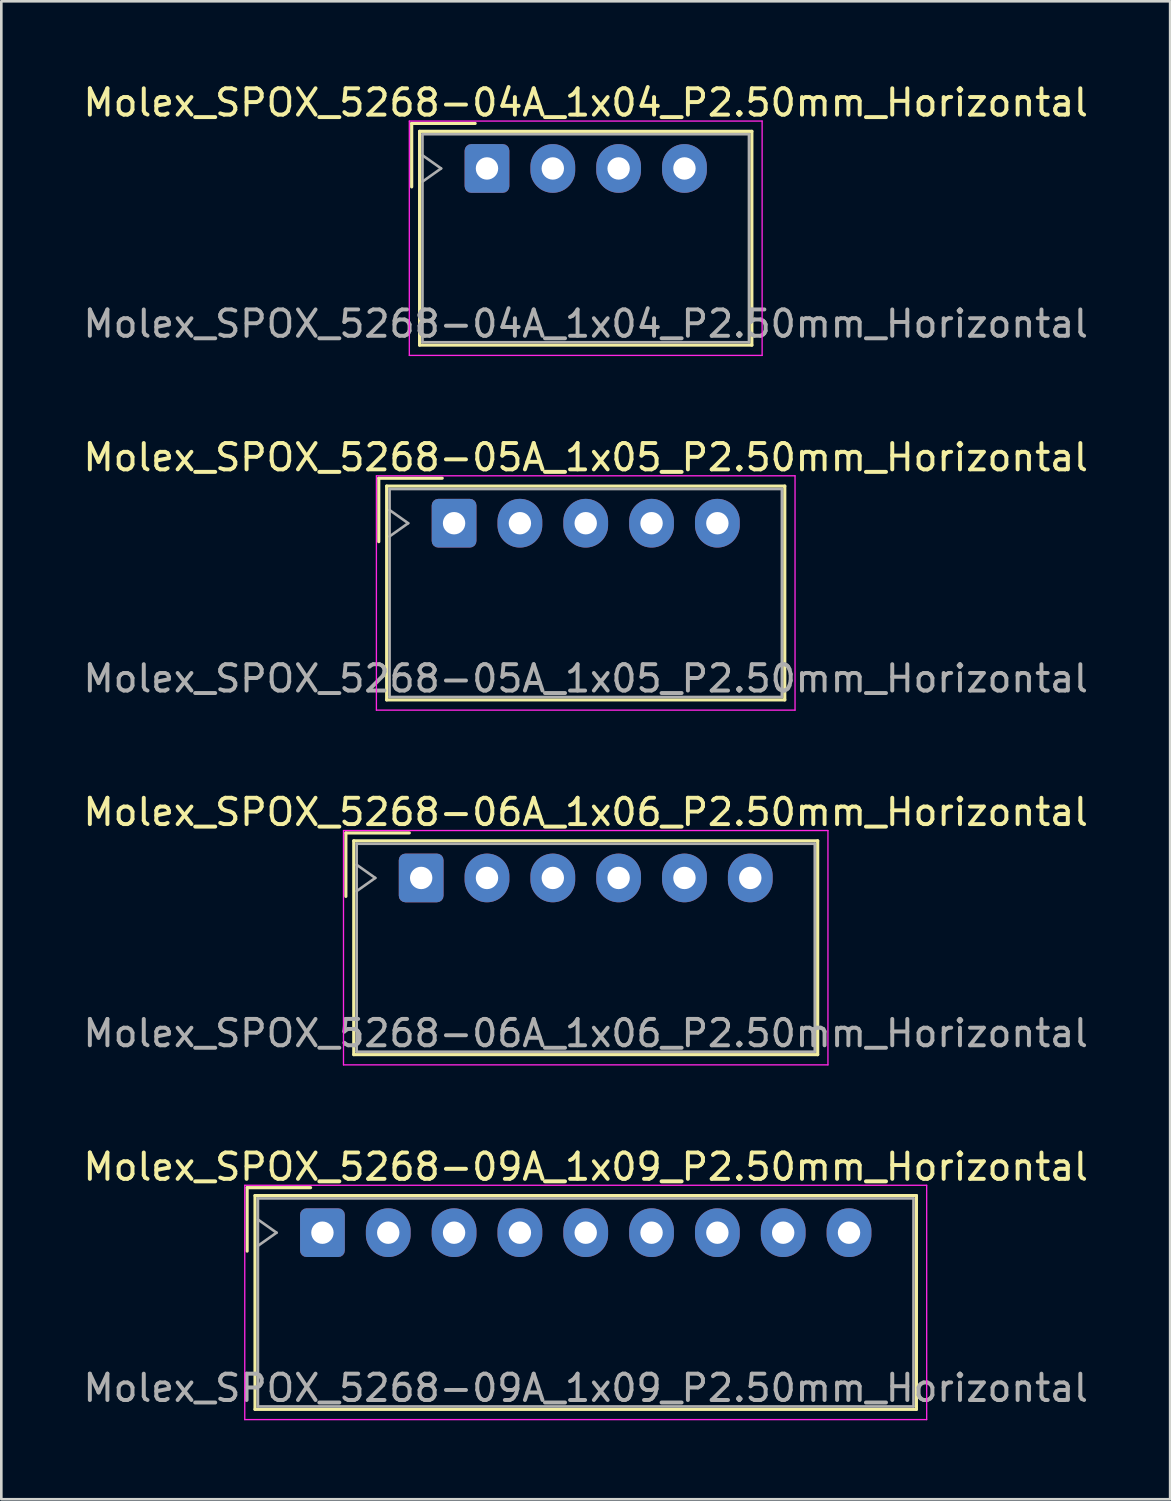
<source format=kicad_pcb>
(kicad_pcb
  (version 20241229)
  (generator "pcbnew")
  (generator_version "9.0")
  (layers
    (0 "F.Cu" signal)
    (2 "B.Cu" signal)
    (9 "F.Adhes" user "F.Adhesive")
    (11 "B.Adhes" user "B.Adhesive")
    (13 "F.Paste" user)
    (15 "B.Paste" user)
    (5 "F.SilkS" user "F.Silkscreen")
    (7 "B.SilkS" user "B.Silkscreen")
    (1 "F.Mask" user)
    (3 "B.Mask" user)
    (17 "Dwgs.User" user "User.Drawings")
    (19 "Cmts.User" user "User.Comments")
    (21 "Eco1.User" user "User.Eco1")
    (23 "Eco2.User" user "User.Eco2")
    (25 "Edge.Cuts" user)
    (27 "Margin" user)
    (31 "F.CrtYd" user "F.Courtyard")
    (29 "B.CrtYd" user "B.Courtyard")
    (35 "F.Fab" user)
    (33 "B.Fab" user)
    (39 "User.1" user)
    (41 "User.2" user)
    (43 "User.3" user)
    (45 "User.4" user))
  (footprint "Molex_SPOX_5268-06A_1x06_P2.50mm_Horizontal"
    (layer "F.Cu")
    (at 12.946 30.295)
    (property "Reference" "Molex_SPOX_5268-06A_1x06_P2.50mm_Horizontal" (at 6.25 -2.5 0) (layer "F.SilkS") (effects (font (size 1 1) (thickness 0.15))))
    (attr through_hole)
    (fp_line (start -2.86 -1.71) (end -0.45 -1.71) (stroke (width 0.12) (type solid)) (layer "F.SilkS"))
    (fp_line (start -2.86 0.7) (end -2.86 -1.71) (stroke (width 0.12) (type solid)) (layer "F.SilkS"))
    (fp_line (start -2.56 -1.41) (end -2.56 6.71) (stroke (width 0.12) (type solid)) (layer "F.SilkS"))
    (fp_line (start -2.56 6.71) (end 15.06 6.71) (stroke (width 0.12) (type solid)) (layer "F.SilkS"))
    (fp_line (start 15.06 -1.41) (end -2.56 -1.41) (stroke (width 0.12) (type solid)) (layer "F.SilkS"))
    (fp_line (start 15.06 6.71) (end 15.06 -1.41) (stroke (width 0.12) (type solid)) (layer "F.SilkS"))
    (fp_line (start -2.95 -1.8) (end -2.95 7.1) (stroke (width 0.05) (type solid)) (layer "F.CrtYd"))
    (fp_line (start -2.95 7.1) (end 15.45 7.1) (stroke (width 0.05) (type solid)) (layer "F.CrtYd"))
    (fp_line (start 15.45 -1.8) (end -2.95 -1.8) (stroke (width 0.05) (type solid)) (layer "F.CrtYd"))
    (fp_line (start 15.45 7.1) (end 15.45 -1.8) (stroke (width 0.05) (type solid)) (layer "F.CrtYd"))
    (fp_line (start -2.45 -1.3) (end -2.45 6.6) (stroke (width 0.1) (type solid)) (layer "F.Fab"))
    (fp_line (start -2.45 0.5) (end -1.743 0) (stroke (width 0.1) (type solid)) (layer "F.Fab"))
    (fp_line (start -2.45 6.6) (end 14.95 6.6) (stroke (width 0.1) (type solid)) (layer "F.Fab"))
    (fp_line (start -1.743 0) (end -2.45 -0.5) (stroke (width 0.1) (type solid)) (layer "F.Fab"))
    (fp_line (start 14.95 -1.3) (end -2.45 -1.3) (stroke (width 0.1) (type solid)) (layer "F.Fab"))
    (fp_line (start 14.95 6.6) (end 14.95 -1.3) (stroke (width 0.1) (type solid)) (layer "F.Fab"))
    (fp_text user "${REFERENCE}" (at 6.25 5.9 0) (layer "F.Fab") (effects (font (size 1 1) (thickness 0.15))))
    (pad "1" thru_hole roundrect (at 0 0) (size 1.7 1.85) (drill 0.85) (layers "*.Cu" "*.Mask") (roundrect_rratio 0.147))
    (pad "2" thru_hole oval (at 2.5 0) (size 1.7 1.85) (drill 0.85) (layers "*.Cu" "*.Mask"))
    (pad "3" thru_hole oval (at 5 0) (size 1.7 1.85) (drill 0.85) (layers "*.Cu" "*.Mask"))
    (pad "4" thru_hole oval (at 7.5 0) (size 1.7 1.85) (drill 0.85) (layers "*.Cu" "*.Mask"))
    (pad "5" thru_hole oval (at 10 0) (size 1.7 1.85) (drill 0.85) (layers "*.Cu" "*.Mask"))
    (pad "6" thru_hole oval (at 12.5 0) (size 1.7 1.85) (drill 0.85) (layers "*.Cu" "*.Mask")))
  (footprint "Molex_SPOX_5268-09A_1x09_P2.50mm_Horizontal"
    (layer "F.Cu")
    (at 9.196 43.768)
    (property "Reference" "Molex_SPOX_5268-09A_1x09_P2.50mm_Horizontal" (at 10 -2.5 0) (layer "F.SilkS") (effects (font (size 1 1) (thickness 0.15))))
    (attr through_hole)
    (fp_line (start -2.86 -1.71) (end -0.45 -1.71) (stroke (width 0.12) (type solid)) (layer "F.SilkS"))
    (fp_line (start -2.86 0.7) (end -2.86 -1.71) (stroke (width 0.12) (type solid)) (layer "F.SilkS"))
    (fp_line (start -2.56 -1.41) (end -2.56 6.71) (stroke (width 0.12) (type solid)) (layer "F.SilkS"))
    (fp_line (start -2.56 6.71) (end 22.56 6.71) (stroke (width 0.12) (type solid)) (layer "F.SilkS"))
    (fp_line (start 22.56 -1.41) (end -2.56 -1.41) (stroke (width 0.12) (type solid)) (layer "F.SilkS"))
    (fp_line (start 22.56 6.71) (end 22.56 -1.41) (stroke (width 0.12) (type solid)) (layer "F.SilkS"))
    (fp_line (start -2.95 -1.8) (end -2.95 7.1) (stroke (width 0.05) (type solid)) (layer "F.CrtYd"))
    (fp_line (start -2.95 7.1) (end 22.95 7.1) (stroke (width 0.05) (type solid)) (layer "F.CrtYd"))
    (fp_line (start 22.95 -1.8) (end -2.95 -1.8) (stroke (width 0.05) (type solid)) (layer "F.CrtYd"))
    (fp_line (start 22.95 7.1) (end 22.95 -1.8) (stroke (width 0.05) (type solid)) (layer "F.CrtYd"))
    (fp_line (start -2.45 -1.3) (end -2.45 6.6) (stroke (width 0.1) (type solid)) (layer "F.Fab"))
    (fp_line (start -2.45 0.5) (end -1.743 0) (stroke (width 0.1) (type solid)) (layer "F.Fab"))
    (fp_line (start -2.45 6.6) (end 22.45 6.6) (stroke (width 0.1) (type solid)) (layer "F.Fab"))
    (fp_line (start -1.743 0) (end -2.45 -0.5) (stroke (width 0.1) (type solid)) (layer "F.Fab"))
    (fp_line (start 22.45 -1.3) (end -2.45 -1.3) (stroke (width 0.1) (type solid)) (layer "F.Fab"))
    (fp_line (start 22.45 6.6) (end 22.45 -1.3) (stroke (width 0.1) (type solid)) (layer "F.Fab"))
    (fp_text user "${REFERENCE}" (at 10 5.9 0) (layer "F.Fab") (effects (font (size 1 1) (thickness 0.15))))
    (pad "1" thru_hole roundrect (at 0 0) (size 1.7 1.85) (drill 0.85) (layers "*.Cu" "*.Mask") (roundrect_rratio 0.147))
    (pad "2" thru_hole oval (at 2.5 0) (size 1.7 1.85) (drill 0.85) (layers "*.Cu" "*.Mask"))
    (pad "3" thru_hole oval (at 5 0) (size 1.7 1.85) (drill 0.85) (layers "*.Cu" "*.Mask"))
    (pad "4" thru_hole oval (at 7.5 0) (size 1.7 1.85) (drill 0.85) (layers "*.Cu" "*.Mask"))
    (pad "5" thru_hole oval (at 10 0) (size 1.7 1.85) (drill 0.85) (layers "*.Cu" "*.Mask"))
    (pad "6" thru_hole oval (at 12.5 0) (size 1.7 1.85) (drill 0.85) (layers "*.Cu" "*.Mask"))
    (pad "7" thru_hole oval (at 15 0) (size 1.7 1.85) (drill 0.85) (layers "*.Cu" "*.Mask"))
    (pad "8" thru_hole oval (at 17.5 0) (size 1.7 1.85) (drill 0.85) (layers "*.Cu" "*.Mask"))
    (pad "9" thru_hole oval (at 20 0) (size 1.7 1.85) (drill 0.85) (layers "*.Cu" "*.Mask")))
  (footprint "Molex_SPOX_5268-05A_1x05_P2.50mm_Horizontal"
    (layer "F.Cu")
    (at 14.196 16.822)
    (property "Reference" "Molex_SPOX_5268-05A_1x05_P2.50mm_Horizontal" (at 5 -2.5 0) (layer "F.SilkS") (effects (font (size 1 1) (thickness 0.15))))
    (attr through_hole)
    (fp_line (start -2.86 -1.71) (end -0.45 -1.71) (stroke (width 0.12) (type solid)) (layer "F.SilkS"))
    (fp_line (start -2.86 0.7) (end -2.86 -1.71) (stroke (width 0.12) (type solid)) (layer "F.SilkS"))
    (fp_line (start -2.56 -1.41) (end -2.56 6.71) (stroke (width 0.12) (type solid)) (layer "F.SilkS"))
    (fp_line (start -2.56 6.71) (end 12.56 6.71) (stroke (width 0.12) (type solid)) (layer "F.SilkS"))
    (fp_line (start 12.56 -1.41) (end -2.56 -1.41) (stroke (width 0.12) (type solid)) (layer "F.SilkS"))
    (fp_line (start 12.56 6.71) (end 12.56 -1.41) (stroke (width 0.12) (type solid)) (layer "F.SilkS"))
    (fp_line (start -2.95 -1.8) (end -2.95 7.1) (stroke (width 0.05) (type solid)) (layer "F.CrtYd"))
    (fp_line (start -2.95 7.1) (end 12.95 7.1) (stroke (width 0.05) (type solid)) (layer "F.CrtYd"))
    (fp_line (start 12.95 -1.8) (end -2.95 -1.8) (stroke (width 0.05) (type solid)) (layer "F.CrtYd"))
    (fp_line (start 12.95 7.1) (end 12.95 -1.8) (stroke (width 0.05) (type solid)) (layer "F.CrtYd"))
    (fp_line (start -2.45 -1.3) (end -2.45 6.6) (stroke (width 0.1) (type solid)) (layer "F.Fab"))
    (fp_line (start -2.45 0.5) (end -1.743 0) (stroke (width 0.1) (type solid)) (layer "F.Fab"))
    (fp_line (start -2.45 6.6) (end 12.45 6.6) (stroke (width 0.1) (type solid)) (layer "F.Fab"))
    (fp_line (start -1.743 0) (end -2.45 -0.5) (stroke (width 0.1) (type solid)) (layer "F.Fab"))
    (fp_line (start 12.45 -1.3) (end -2.45 -1.3) (stroke (width 0.1) (type solid)) (layer "F.Fab"))
    (fp_line (start 12.45 6.6) (end 12.45 -1.3) (stroke (width 0.1) (type solid)) (layer "F.Fab"))
    (fp_text user "${REFERENCE}" (at 5 5.9 0) (layer "F.Fab") (effects (font (size 1 1) (thickness 0.15))))
    (pad "1" thru_hole roundrect (at 0 0) (size 1.7 1.85) (drill 0.85) (layers "*.Cu" "*.Mask") (roundrect_rratio 0.147))
    (pad "2" thru_hole oval (at 2.5 0) (size 1.7 1.85) (drill 0.85) (layers "*.Cu" "*.Mask"))
    (pad "3" thru_hole oval (at 5 0) (size 1.7 1.85) (drill 0.85) (layers "*.Cu" "*.Mask"))
    (pad "4" thru_hole oval (at 7.5 0) (size 1.7 1.85) (drill 0.85) (layers "*.Cu" "*.Mask"))
    (pad "5" thru_hole oval (at 10 0) (size 1.7 1.85) (drill 0.85) (layers "*.Cu" "*.Mask")))
  (footprint "Molex_SPOX_5268-04A_1x04_P2.50mm_Horizontal"
    (layer "F.Cu")
    (at 15.446 3.348)
    (property "Reference" "Molex_SPOX_5268-04A_1x04_P2.50mm_Horizontal" (at 3.75 -2.5 0) (layer "F.SilkS") (effects (font (size 1 1) (thickness 0.15))))
    (attr through_hole)
    (fp_line (start -2.86 -1.71) (end -0.45 -1.71) (stroke (width 0.12) (type solid)) (layer "F.SilkS"))
    (fp_line (start -2.86 0.7) (end -2.86 -1.71) (stroke (width 0.12) (type solid)) (layer "F.SilkS"))
    (fp_line (start -2.56 -1.41) (end -2.56 6.71) (stroke (width 0.12) (type solid)) (layer "F.SilkS"))
    (fp_line (start -2.56 6.71) (end 10.06 6.71) (stroke (width 0.12) (type solid)) (layer "F.SilkS"))
    (fp_line (start 10.06 -1.41) (end -2.56 -1.41) (stroke (width 0.12) (type solid)) (layer "F.SilkS"))
    (fp_line (start 10.06 6.71) (end 10.06 -1.41) (stroke (width 0.12) (type solid)) (layer "F.SilkS"))
    (fp_line (start -2.95 -1.8) (end -2.95 7.1) (stroke (width 0.05) (type solid)) (layer "F.CrtYd"))
    (fp_line (start -2.95 7.1) (end 10.45 7.1) (stroke (width 0.05) (type solid)) (layer "F.CrtYd"))
    (fp_line (start 10.45 -1.8) (end -2.95 -1.8) (stroke (width 0.05) (type solid)) (layer "F.CrtYd"))
    (fp_line (start 10.45 7.1) (end 10.45 -1.8) (stroke (width 0.05) (type solid)) (layer "F.CrtYd"))
    (fp_line (start -2.45 -1.3) (end -2.45 6.6) (stroke (width 0.1) (type solid)) (layer "F.Fab"))
    (fp_line (start -2.45 0.5) (end -1.743 0) (stroke (width 0.1) (type solid)) (layer "F.Fab"))
    (fp_line (start -2.45 6.6) (end 9.95 6.6) (stroke (width 0.1) (type solid)) (layer "F.Fab"))
    (fp_line (start -1.743 0) (end -2.45 -0.5) (stroke (width 0.1) (type solid)) (layer "F.Fab"))
    (fp_line (start 9.95 -1.3) (end -2.45 -1.3) (stroke (width 0.1) (type solid)) (layer "F.Fab"))
    (fp_line (start 9.95 6.6) (end 9.95 -1.3) (stroke (width 0.1) (type solid)) (layer "F.Fab"))
    (fp_text user "${REFERENCE}" (at 3.75 5.9 0) (layer "F.Fab") (effects (font (size 1 1) (thickness 0.15))))
    (pad "1" thru_hole roundrect (at 0 0) (size 1.7 1.85) (drill 0.85) (layers "*.Cu" "*.Mask") (roundrect_rratio 0.147))
    (pad "2" thru_hole oval (at 2.5 0) (size 1.7 1.85) (drill 0.85) (layers "*.Cu" "*.Mask"))
    (pad "3" thru_hole oval (at 5 0) (size 1.7 1.85) (drill 0.85) (layers "*.Cu" "*.Mask"))
    (pad "4" thru_hole oval (at 7.5 0) (size 1.7 1.85) (drill 0.85) (layers "*.Cu" "*.Mask")))
  (gr_rect
    (start -3 -3)
    (end 41.393 53.893)
    (stroke (width 0.1) (type default))
    (fill no)
    (layer "Edge.Cuts")))
</source>
